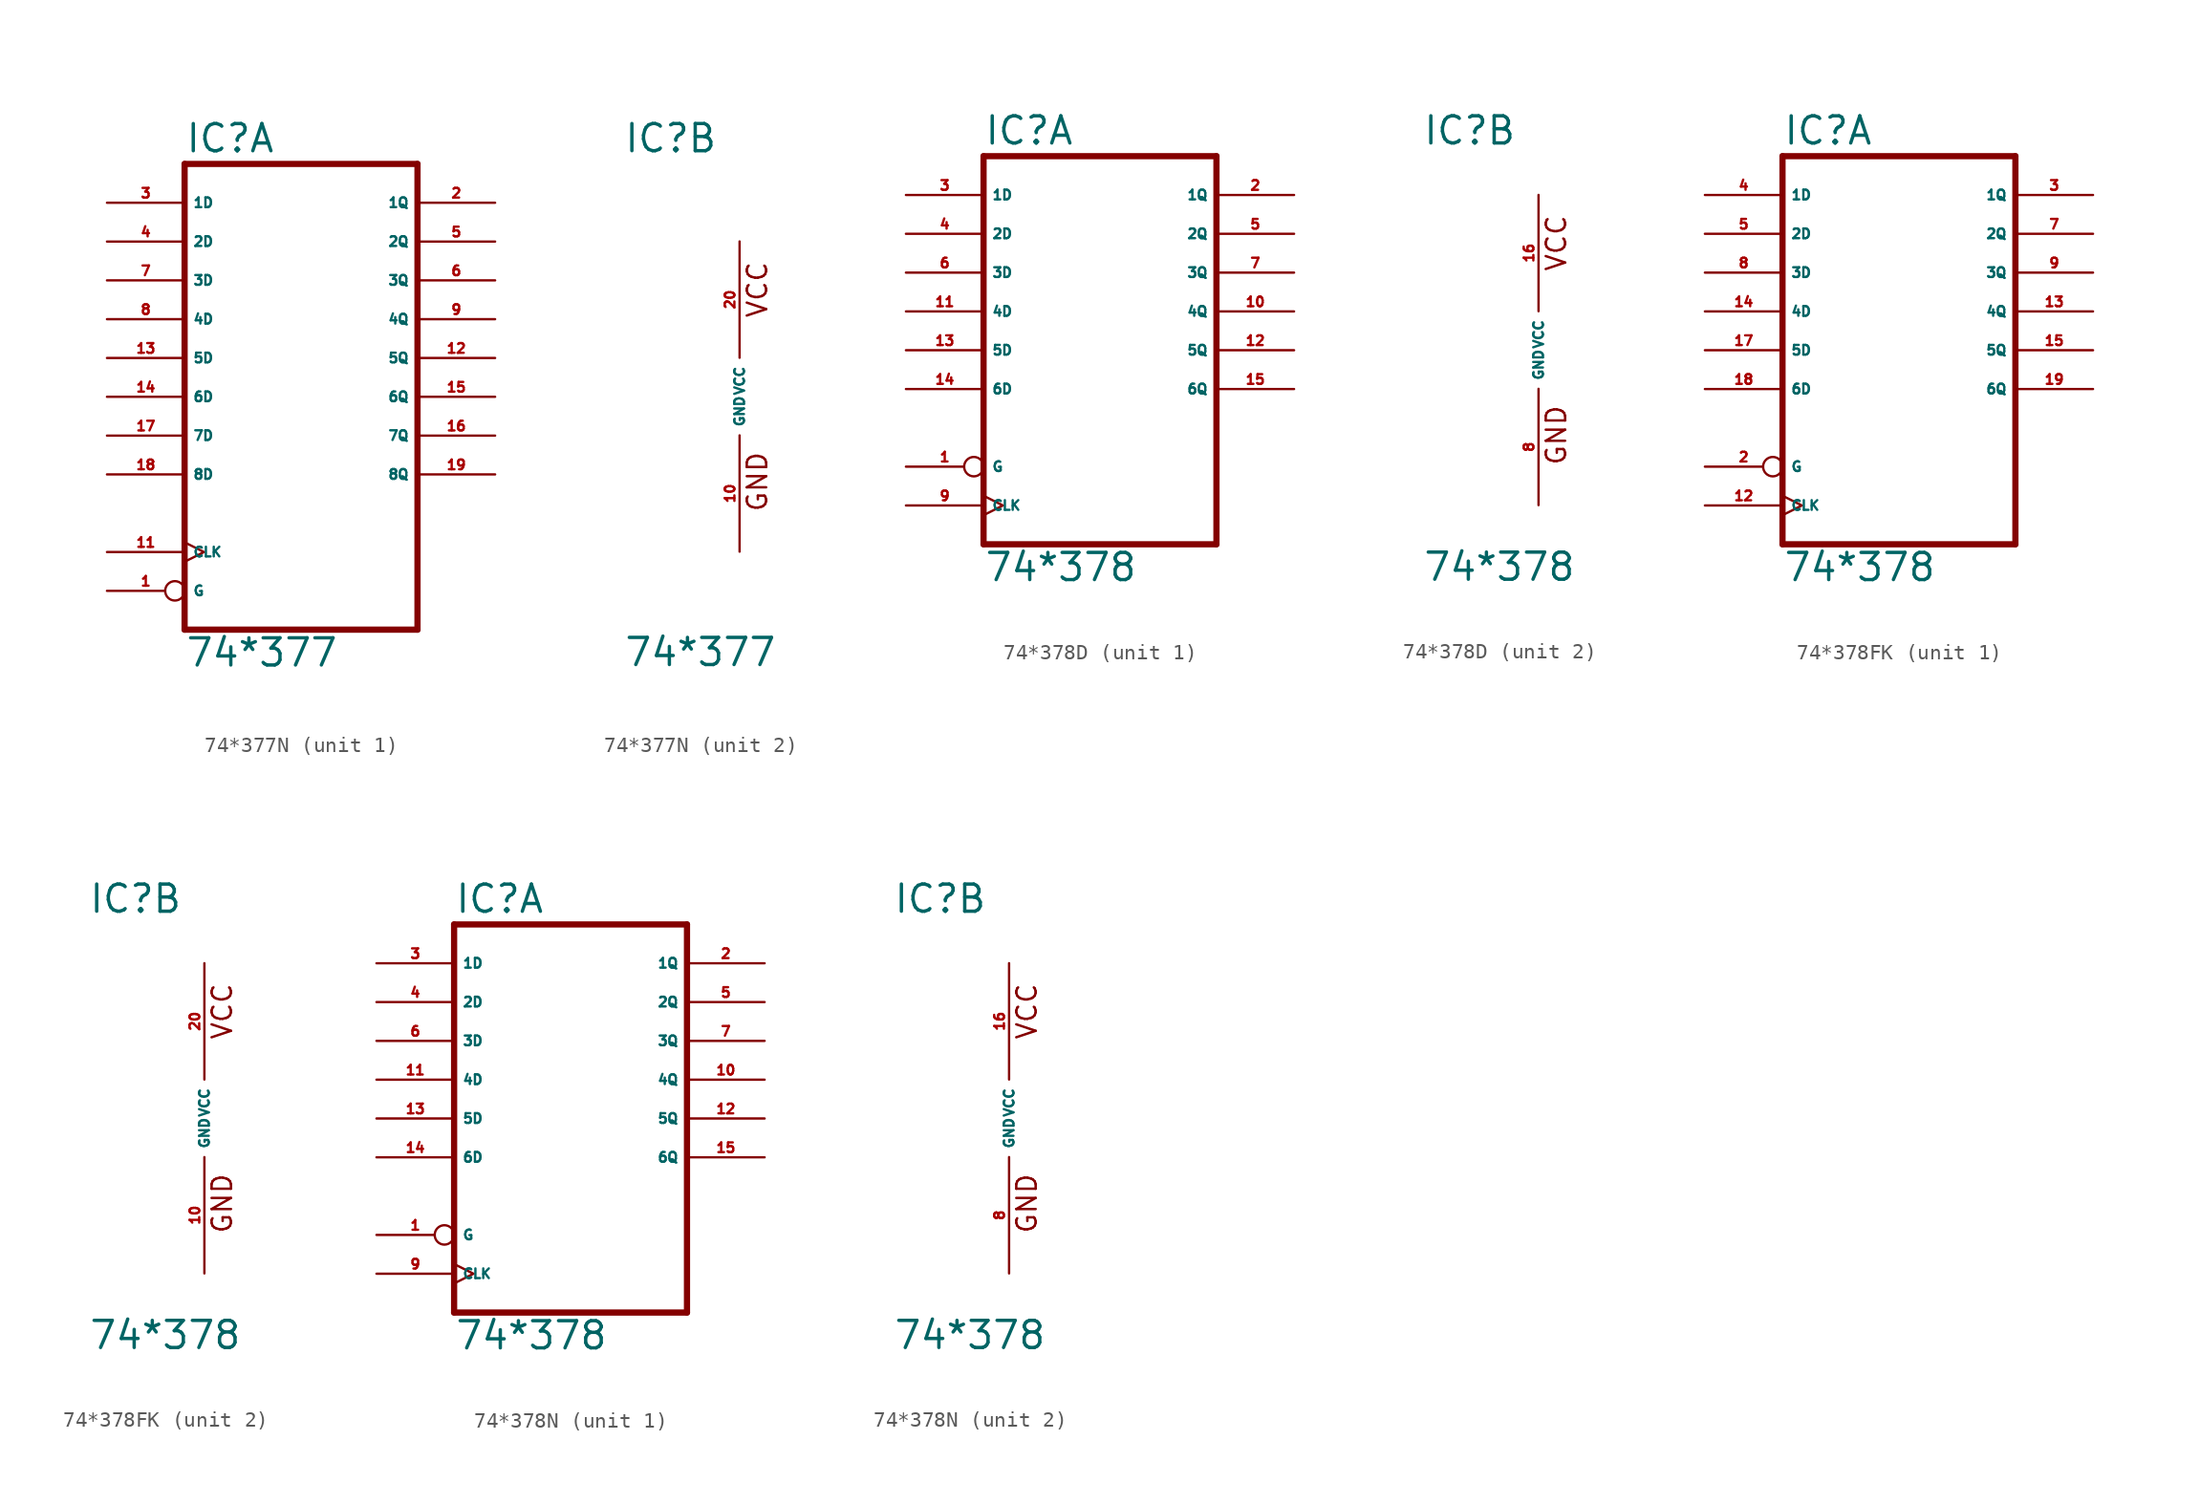
<source format=kicad_sym>
(kicad_symbol_lib
  (version 20220914)
  (generator Eagle2Kicad)
  (symbol "74*377N"
    (property "Reference" "IC"
      (at -7.62 15.875 0)
      (effects (font (size 1.778 1.778) (thickness 0.22)) (justify left bottom)))
    (property "Value" "74*377"
      (at -7.62 -17.78 0)
      (effects (font (size 1.778 1.778) (thickness 0.22)) (justify left bottom)))
    (symbol "74*377N_1_0"
      (polyline (pts (xy -7.62 -15.24) (xy 7.62 -15.24)) (stroke (width 0.406) (type default)) (fill (type none)))
      (polyline (pts (xy 7.62 -15.24) (xy 7.62 15.24)) (stroke (width 0.406) (type default)) (fill (type none)))
      (polyline (pts (xy 7.62 15.24) (xy -7.62 15.24)) (stroke (width 0.406) (type default)) (fill (type none)))
      (polyline (pts (xy -7.62 15.24) (xy -7.62 -15.24)) (stroke (width 0.406) (type default)) (fill (type none)))
      (pin input inverted (at -12.7 -12.7 0) (length 5.08) (name "G" (effects (font (size 0.635 0.635) (thickness 0.08)) (justify left bottom))) (number "1" (effects (font (size 0.635 0.635) (thickness 0.08)) (justify left bottom))))
      (pin output line (at 12.7 12.7 180) (length 5.08) (name "1Q" (effects (font (size 0.635 0.635) (thickness 0.08)) (justify left bottom))) (number "2" (effects (font (size 0.635 0.635) (thickness 0.08)) (justify left bottom))))
      (pin input line (at -12.7 12.7 0) (length 5.08) (name "1D" (effects (font (size 0.635 0.635) (thickness 0.08)) (justify left bottom))) (number "3" (effects (font (size 0.635 0.635) (thickness 0.08)) (justify left bottom))))
      (pin input line (at -12.7 10.16 0) (length 5.08) (name "2D" (effects (font (size 0.635 0.635) (thickness 0.08)) (justify left bottom))) (number "4" (effects (font (size 0.635 0.635) (thickness 0.08)) (justify left bottom))))
      (pin output line (at 12.7 10.16 180) (length 5.08) (name "2Q" (effects (font (size 0.635 0.635) (thickness 0.08)) (justify left bottom))) (number "5" (effects (font (size 0.635 0.635) (thickness 0.08)) (justify left bottom))))
      (pin output line (at 12.7 7.62 180) (length 5.08) (name "3Q" (effects (font (size 0.635 0.635) (thickness 0.08)) (justify left bottom))) (number "6" (effects (font (size 0.635 0.635) (thickness 0.08)) (justify left bottom))))
      (pin input line (at -12.7 7.62 0) (length 5.08) (name "3D" (effects (font (size 0.635 0.635) (thickness 0.08)) (justify left bottom))) (number "7" (effects (font (size 0.635 0.635) (thickness 0.08)) (justify left bottom))))
      (pin input line (at -12.7 5.08 0) (length 5.08) (name "4D" (effects (font (size 0.635 0.635) (thickness 0.08)) (justify left bottom))) (number "8" (effects (font (size 0.635 0.635) (thickness 0.08)) (justify left bottom))))
      (pin output line (at 12.7 5.08 180) (length 5.08) (name "4Q" (effects (font (size 0.635 0.635) (thickness 0.08)) (justify left bottom))) (number "9" (effects (font (size 0.635 0.635) (thickness 0.08)) (justify left bottom))))
      (pin input clock (at -12.7 -10.16 0) (length 5.08) (name "CLK" (effects (font (size 0.635 0.635) (thickness 0.08)) (justify left bottom))) (number "11" (effects (font (size 0.635 0.635) (thickness 0.08)) (justify left bottom))))
      (pin output line (at 12.7 2.54 180) (length 5.08) (name "5Q" (effects (font (size 0.635 0.635) (thickness 0.08)) (justify left bottom))) (number "12" (effects (font (size 0.635 0.635) (thickness 0.08)) (justify left bottom))))
      (pin input line (at -12.7 2.54 0) (length 5.08) (name "5D" (effects (font (size 0.635 0.635) (thickness 0.08)) (justify left bottom))) (number "13" (effects (font (size 0.635 0.635) (thickness 0.08)) (justify left bottom))))
      (pin input line (at -12.7 0 0) (length 5.08) (name "6D" (effects (font (size 0.635 0.635) (thickness 0.08)) (justify left bottom))) (number "14" (effects (font (size 0.635 0.635) (thickness 0.08)) (justify left bottom))))
      (pin output line (at 12.7 0 180) (length 5.08) (name "6Q" (effects (font (size 0.635 0.635) (thickness 0.08)) (justify left bottom))) (number "15" (effects (font (size 0.635 0.635) (thickness 0.08)) (justify left bottom))))
      (pin output line (at 12.7 -2.54 180) (length 5.08) (name "7Q" (effects (font (size 0.635 0.635) (thickness 0.08)) (justify left bottom))) (number "16" (effects (font (size 0.635 0.635) (thickness 0.08)) (justify left bottom))))
      (pin input line (at -12.7 -2.54 0) (length 5.08) (name "7D" (effects (font (size 0.635 0.635) (thickness 0.08)) (justify left bottom))) (number "17" (effects (font (size 0.635 0.635) (thickness 0.08)) (justify left bottom))))
      (pin input line (at -12.7 -5.08 0) (length 5.08) (name "8D" (effects (font (size 0.635 0.635) (thickness 0.08)) (justify left bottom))) (number "18" (effects (font (size 0.635 0.635) (thickness 0.08)) (justify left bottom))))
      (pin output line (at 12.7 -5.08 180) (length 5.08) (name "8Q" (effects (font (size 0.635 0.635) (thickness 0.08)) (justify left bottom))) (number "19" (effects (font (size 0.635 0.635) (thickness 0.08)) (justify left bottom)))))
    (symbol "74*377N_2_0"
      (text "GND" (at 1.905 -7.62 900) (effects (font (size 1.27 1.27) (thickness 0.16)) (justify left bottom)))
      (text "VCC" (at 1.905 5.08 900) (effects (font (size 1.27 1.27) (thickness 0.16)) (justify left bottom)))
      (pin unspecified line (at 0 -10.16 90) (length 7.62) (name "GND" (effects (font (size 0.635 0.635) (thickness 0.08)) (justify left bottom))) (number "10" (effects (font (size 0.635 0.635) (thickness 0.08)) (justify left bottom))))
      (pin unspecified line (at 0 10.16 270) (length 7.62) (name "VCC" (effects (font (size 0.635 0.635) (thickness 0.08)) (justify left bottom))) (number "20" (effects (font (size 0.635 0.635) (thickness 0.08)) (justify left bottom))))))
  (symbol "74*378D"
    (property "Reference" "IC"
      (at -7.62 13.335 0)
      (effects (font (size 1.778 1.778) (thickness 0.22)) (justify left bottom)))
    (property "Value" "74*378"
      (at -7.62 -15.24 0)
      (effects (font (size 1.778 1.778) (thickness 0.22)) (justify left bottom)))
    (symbol "74*378D_1_0"
      (polyline (pts (xy -7.62 -12.7) (xy 7.62 -12.7)) (stroke (width 0.406) (type default)) (fill (type none)))
      (polyline (pts (xy 7.62 -12.7) (xy 7.62 12.7)) (stroke (width 0.406) (type default)) (fill (type none)))
      (polyline (pts (xy 7.62 12.7) (xy -7.62 12.7)) (stroke (width 0.406) (type default)) (fill (type none)))
      (polyline (pts (xy -7.62 12.7) (xy -7.62 -12.7)) (stroke (width 0.406) (type default)) (fill (type none)))
      (pin input inverted (at -12.7 -7.62 0) (length 5.08) (name "G" (effects (font (size 0.635 0.635) (thickness 0.08)) (justify left bottom))) (number "1" (effects (font (size 0.635 0.635) (thickness 0.08)) (justify left bottom))))
      (pin output line (at 12.7 10.16 180) (length 5.08) (name "1Q" (effects (font (size 0.635 0.635) (thickness 0.08)) (justify left bottom))) (number "2" (effects (font (size 0.635 0.635) (thickness 0.08)) (justify left bottom))))
      (pin input line (at -12.7 10.16 0) (length 5.08) (name "1D" (effects (font (size 0.635 0.635) (thickness 0.08)) (justify left bottom))) (number "3" (effects (font (size 0.635 0.635) (thickness 0.08)) (justify left bottom))))
      (pin input line (at -12.7 7.62 0) (length 5.08) (name "2D" (effects (font (size 0.635 0.635) (thickness 0.08)) (justify left bottom))) (number "4" (effects (font (size 0.635 0.635) (thickness 0.08)) (justify left bottom))))
      (pin output line (at 12.7 7.62 180) (length 5.08) (name "2Q" (effects (font (size 0.635 0.635) (thickness 0.08)) (justify left bottom))) (number "5" (effects (font (size 0.635 0.635) (thickness 0.08)) (justify left bottom))))
      (pin input line (at -12.7 5.08 0) (length 5.08) (name "3D" (effects (font (size 0.635 0.635) (thickness 0.08)) (justify left bottom))) (number "6" (effects (font (size 0.635 0.635) (thickness 0.08)) (justify left bottom))))
      (pin output line (at 12.7 5.08 180) (length 5.08) (name "3Q" (effects (font (size 0.635 0.635) (thickness 0.08)) (justify left bottom))) (number "7" (effects (font (size 0.635 0.635) (thickness 0.08)) (justify left bottom))))
      (pin input clock (at -12.7 -10.16 0) (length 5.08) (name "CLK" (effects (font (size 0.635 0.635) (thickness 0.08)) (justify left bottom))) (number "9" (effects (font (size 0.635 0.635) (thickness 0.08)) (justify left bottom))))
      (pin output line (at 12.7 2.54 180) (length 5.08) (name "4Q" (effects (font (size 0.635 0.635) (thickness 0.08)) (justify left bottom))) (number "10" (effects (font (size 0.635 0.635) (thickness 0.08)) (justify left bottom))))
      (pin input line (at -12.7 2.54 0) (length 5.08) (name "4D" (effects (font (size 0.635 0.635) (thickness 0.08)) (justify left bottom))) (number "11" (effects (font (size 0.635 0.635) (thickness 0.08)) (justify left bottom))))
      (pin output line (at 12.7 0 180) (length 5.08) (name "5Q" (effects (font (size 0.635 0.635) (thickness 0.08)) (justify left bottom))) (number "12" (effects (font (size 0.635 0.635) (thickness 0.08)) (justify left bottom))))
      (pin input line (at -12.7 0 0) (length 5.08) (name "5D" (effects (font (size 0.635 0.635) (thickness 0.08)) (justify left bottom))) (number "13" (effects (font (size 0.635 0.635) (thickness 0.08)) (justify left bottom))))
      (pin input line (at -12.7 -2.54 0) (length 5.08) (name "6D" (effects (font (size 0.635 0.635) (thickness 0.08)) (justify left bottom))) (number "14" (effects (font (size 0.635 0.635) (thickness 0.08)) (justify left bottom))))
      (pin output line (at 12.7 -2.54 180) (length 5.08) (name "6Q" (effects (font (size 0.635 0.635) (thickness 0.08)) (justify left bottom))) (number "15" (effects (font (size 0.635 0.635) (thickness 0.08)) (justify left bottom)))))
    (symbol "74*378D_2_0"
      (text "GND" (at 1.905 -7.62 900) (effects (font (size 1.27 1.27) (thickness 0.16)) (justify left bottom)))
      (text "VCC" (at 1.905 5.08 900) (effects (font (size 1.27 1.27) (thickness 0.16)) (justify left bottom)))
      (pin unspecified line (at 0 -10.16 90) (length 7.62) (name "GND" (effects (font (size 0.635 0.635) (thickness 0.08)) (justify left bottom))) (number "8" (effects (font (size 0.635 0.635) (thickness 0.08)) (justify left bottom))))
      (pin unspecified line (at 0 10.16 270) (length 7.62) (name "VCC" (effects (font (size 0.635 0.635) (thickness 0.08)) (justify left bottom))) (number "16" (effects (font (size 0.635 0.635) (thickness 0.08)) (justify left bottom))))))
  (symbol "74*378FK"
    (property "Reference" "IC"
      (at -7.62 13.335 0)
      (effects (font (size 1.778 1.778) (thickness 0.22)) (justify left bottom)))
    (property "Value" "74*378"
      (at -7.62 -15.24 0)
      (effects (font (size 1.778 1.778) (thickness 0.22)) (justify left bottom)))
    (symbol "74*378FK_1_0"
      (polyline (pts (xy -7.62 -12.7) (xy 7.62 -12.7)) (stroke (width 0.406) (type default)) (fill (type none)))
      (polyline (pts (xy 7.62 -12.7) (xy 7.62 12.7)) (stroke (width 0.406) (type default)) (fill (type none)))
      (polyline (pts (xy 7.62 12.7) (xy -7.62 12.7)) (stroke (width 0.406) (type default)) (fill (type none)))
      (polyline (pts (xy -7.62 12.7) (xy -7.62 -12.7)) (stroke (width 0.406) (type default)) (fill (type none)))
      (pin input inverted (at -12.7 -7.62 0) (length 5.08) (name "G" (effects (font (size 0.635 0.635) (thickness 0.08)) (justify left bottom))) (number "2" (effects (font (size 0.635 0.635) (thickness 0.08)) (justify left bottom))))
      (pin output line (at 12.7 10.16 180) (length 5.08) (name "1Q" (effects (font (size 0.635 0.635) (thickness 0.08)) (justify left bottom))) (number "3" (effects (font (size 0.635 0.635) (thickness 0.08)) (justify left bottom))))
      (pin input line (at -12.7 10.16 0) (length 5.08) (name "1D" (effects (font (size 0.635 0.635) (thickness 0.08)) (justify left bottom))) (number "4" (effects (font (size 0.635 0.635) (thickness 0.08)) (justify left bottom))))
      (pin input line (at -12.7 7.62 0) (length 5.08) (name "2D" (effects (font (size 0.635 0.635) (thickness 0.08)) (justify left bottom))) (number "5" (effects (font (size 0.635 0.635) (thickness 0.08)) (justify left bottom))))
      (pin output line (at 12.7 7.62 180) (length 5.08) (name "2Q" (effects (font (size 0.635 0.635) (thickness 0.08)) (justify left bottom))) (number "7" (effects (font (size 0.635 0.635) (thickness 0.08)) (justify left bottom))))
      (pin input line (at -12.7 5.08 0) (length 5.08) (name "3D" (effects (font (size 0.635 0.635) (thickness 0.08)) (justify left bottom))) (number "8" (effects (font (size 0.635 0.635) (thickness 0.08)) (justify left bottom))))
      (pin output line (at 12.7 5.08 180) (length 5.08) (name "3Q" (effects (font (size 0.635 0.635) (thickness 0.08)) (justify left bottom))) (number "9" (effects (font (size 0.635 0.635) (thickness 0.08)) (justify left bottom))))
      (pin input clock (at -12.7 -10.16 0) (length 5.08) (name "CLK" (effects (font (size 0.635 0.635) (thickness 0.08)) (justify left bottom))) (number "12" (effects (font (size 0.635 0.635) (thickness 0.08)) (justify left bottom))))
      (pin output line (at 12.7 2.54 180) (length 5.08) (name "4Q" (effects (font (size 0.635 0.635) (thickness 0.08)) (justify left bottom))) (number "13" (effects (font (size 0.635 0.635) (thickness 0.08)) (justify left bottom))))
      (pin input line (at -12.7 2.54 0) (length 5.08) (name "4D" (effects (font (size 0.635 0.635) (thickness 0.08)) (justify left bottom))) (number "14" (effects (font (size 0.635 0.635) (thickness 0.08)) (justify left bottom))))
      (pin output line (at 12.7 0 180) (length 5.08) (name "5Q" (effects (font (size 0.635 0.635) (thickness 0.08)) (justify left bottom))) (number "15" (effects (font (size 0.635 0.635) (thickness 0.08)) (justify left bottom))))
      (pin input line (at -12.7 0 0) (length 5.08) (name "5D" (effects (font (size 0.635 0.635) (thickness 0.08)) (justify left bottom))) (number "17" (effects (font (size 0.635 0.635) (thickness 0.08)) (justify left bottom))))
      (pin input line (at -12.7 -2.54 0) (length 5.08) (name "6D" (effects (font (size 0.635 0.635) (thickness 0.08)) (justify left bottom))) (number "18" (effects (font (size 0.635 0.635) (thickness 0.08)) (justify left bottom))))
      (pin output line (at 12.7 -2.54 180) (length 5.08) (name "6Q" (effects (font (size 0.635 0.635) (thickness 0.08)) (justify left bottom))) (number "19" (effects (font (size 0.635 0.635) (thickness 0.08)) (justify left bottom)))))
    (symbol "74*378FK_2_0"
      (text "GND" (at 1.905 -7.62 900) (effects (font (size 1.27 1.27) (thickness 0.16)) (justify left bottom)))
      (text "VCC" (at 1.905 5.08 900) (effects (font (size 1.27 1.27) (thickness 0.16)) (justify left bottom)))
      (pin unspecified line (at 0 -10.16 90) (length 7.62) (name "GND" (effects (font (size 0.635 0.635) (thickness 0.08)) (justify left bottom))) (number "10" (effects (font (size 0.635 0.635) (thickness 0.08)) (justify left bottom))))
      (pin unspecified line (at 0 10.16 270) (length 7.62) (name "VCC" (effects (font (size 0.635 0.635) (thickness 0.08)) (justify left bottom))) (number "20" (effects (font (size 0.635 0.635) (thickness 0.08)) (justify left bottom))))))
  (symbol "74*378N"
    (property "Reference" "IC"
      (at -7.62 13.335 0)
      (effects (font (size 1.778 1.778) (thickness 0.22)) (justify left bottom)))
    (property "Value" "74*378"
      (at -7.62 -15.24 0)
      (effects (font (size 1.778 1.778) (thickness 0.22)) (justify left bottom)))
    (symbol "74*378N_1_0"
      (polyline (pts (xy -7.62 -12.7) (xy 7.62 -12.7)) (stroke (width 0.406) (type default)) (fill (type none)))
      (polyline (pts (xy 7.62 -12.7) (xy 7.62 12.7)) (stroke (width 0.406) (type default)) (fill (type none)))
      (polyline (pts (xy 7.62 12.7) (xy -7.62 12.7)) (stroke (width 0.406) (type default)) (fill (type none)))
      (polyline (pts (xy -7.62 12.7) (xy -7.62 -12.7)) (stroke (width 0.406) (type default)) (fill (type none)))
      (pin input inverted (at -12.7 -7.62 0) (length 5.08) (name "G" (effects (font (size 0.635 0.635) (thickness 0.08)) (justify left bottom))) (number "1" (effects (font (size 0.635 0.635) (thickness 0.08)) (justify left bottom))))
      (pin output line (at 12.7 10.16 180) (length 5.08) (name "1Q" (effects (font (size 0.635 0.635) (thickness 0.08)) (justify left bottom))) (number "2" (effects (font (size 0.635 0.635) (thickness 0.08)) (justify left bottom))))
      (pin input line (at -12.7 10.16 0) (length 5.08) (name "1D" (effects (font (size 0.635 0.635) (thickness 0.08)) (justify left bottom))) (number "3" (effects (font (size 0.635 0.635) (thickness 0.08)) (justify left bottom))))
      (pin input line (at -12.7 7.62 0) (length 5.08) (name "2D" (effects (font (size 0.635 0.635) (thickness 0.08)) (justify left bottom))) (number "4" (effects (font (size 0.635 0.635) (thickness 0.08)) (justify left bottom))))
      (pin output line (at 12.7 7.62 180) (length 5.08) (name "2Q" (effects (font (size 0.635 0.635) (thickness 0.08)) (justify left bottom))) (number "5" (effects (font (size 0.635 0.635) (thickness 0.08)) (justify left bottom))))
      (pin input line (at -12.7 5.08 0) (length 5.08) (name "3D" (effects (font (size 0.635 0.635) (thickness 0.08)) (justify left bottom))) (number "6" (effects (font (size 0.635 0.635) (thickness 0.08)) (justify left bottom))))
      (pin output line (at 12.7 5.08 180) (length 5.08) (name "3Q" (effects (font (size 0.635 0.635) (thickness 0.08)) (justify left bottom))) (number "7" (effects (font (size 0.635 0.635) (thickness 0.08)) (justify left bottom))))
      (pin input clock (at -12.7 -10.16 0) (length 5.08) (name "CLK" (effects (font (size 0.635 0.635) (thickness 0.08)) (justify left bottom))) (number "9" (effects (font (size 0.635 0.635) (thickness 0.08)) (justify left bottom))))
      (pin output line (at 12.7 2.54 180) (length 5.08) (name "4Q" (effects (font (size 0.635 0.635) (thickness 0.08)) (justify left bottom))) (number "10" (effects (font (size 0.635 0.635) (thickness 0.08)) (justify left bottom))))
      (pin input line (at -12.7 2.54 0) (length 5.08) (name "4D" (effects (font (size 0.635 0.635) (thickness 0.08)) (justify left bottom))) (number "11" (effects (font (size 0.635 0.635) (thickness 0.08)) (justify left bottom))))
      (pin output line (at 12.7 0 180) (length 5.08) (name "5Q" (effects (font (size 0.635 0.635) (thickness 0.08)) (justify left bottom))) (number "12" (effects (font (size 0.635 0.635) (thickness 0.08)) (justify left bottom))))
      (pin input line (at -12.7 0 0) (length 5.08) (name "5D" (effects (font (size 0.635 0.635) (thickness 0.08)) (justify left bottom))) (number "13" (effects (font (size 0.635 0.635) (thickness 0.08)) (justify left bottom))))
      (pin input line (at -12.7 -2.54 0) (length 5.08) (name "6D" (effects (font (size 0.635 0.635) (thickness 0.08)) (justify left bottom))) (number "14" (effects (font (size 0.635 0.635) (thickness 0.08)) (justify left bottom))))
      (pin output line (at 12.7 -2.54 180) (length 5.08) (name "6Q" (effects (font (size 0.635 0.635) (thickness 0.08)) (justify left bottom))) (number "15" (effects (font (size 0.635 0.635) (thickness 0.08)) (justify left bottom)))))
    (symbol "74*378N_2_0"
      (text "GND" (at 1.905 -7.62 900) (effects (font (size 1.27 1.27) (thickness 0.16)) (justify left bottom)))
      (text "VCC" (at 1.905 5.08 900) (effects (font (size 1.27 1.27) (thickness 0.16)) (justify left bottom)))
      (pin unspecified line (at 0 -10.16 90) (length 7.62) (name "GND" (effects (font (size 0.635 0.635) (thickness 0.08)) (justify left bottom))) (number "8" (effects (font (size 0.635 0.635) (thickness 0.08)) (justify left bottom))))
      (pin unspecified line (at 0 10.16 270) (length 7.62) (name "VCC" (effects (font (size 0.635 0.635) (thickness 0.08)) (justify left bottom))) (number "16" (effects (font (size 0.635 0.635) (thickness 0.08)) (justify left bottom)))))))
</source>
